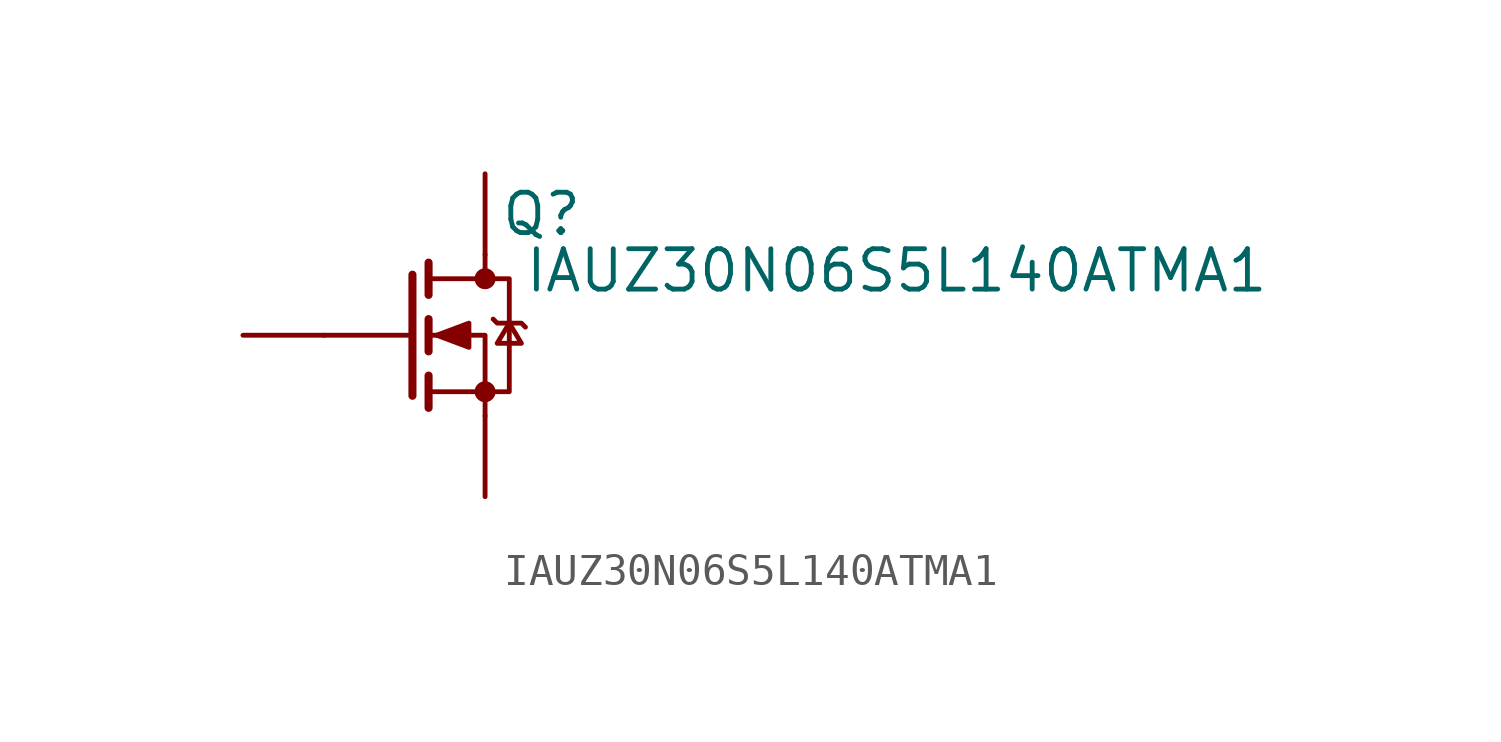
<source format=kicad_sym>
(kicad_symbol_lib
  (version 20241209)
  (generator "kicad_symbol_editor")
  (generator_version "9.0")
  (symbol "IAUZ30N06S5L140ATMA1"
    (pin_numbers
      (hide yes))
    (pin_names
      (hide yes))
    (property "Reference" "Q"
      (at 4.318 3.81 0)
      (effects (font (size 1.27 1.27))))
    (property "Value" "IAUZ30N06S5L140ATMA1"
      (at 15.494 2.032 0)
      (effects (font (size 1.27 1.27))))
    (symbol "IAUZ30N06S5L140ATMA1_0_1"
      (polyline (pts (xy 0.254 1.905) (xy 0.254 -1.905)) (stroke (width 0.254) (type default)) (fill (type none)))
      (polyline (pts (xy 0.254 0) (xy -2.54 0)) (stroke (width 0) (type default)) (fill (type none)))
      (polyline (pts (xy 0.762 2.286) (xy 0.762 1.27)) (stroke (width 0.254) (type default)) (fill (type none)))
      (polyline (pts (xy 0.762 0.508) (xy 0.762 -0.508)) (stroke (width 0.254) (type default)) (fill (type none)))
      (polyline (pts (xy 0.762 -1.27) (xy 0.762 -2.286)) (stroke (width 0.254) (type default)) (fill (type none)))
      (polyline (pts (xy 0.762 -1.778) (xy 3.302 -1.778) (xy 3.302 1.778) (xy 0.762 1.778)) (stroke (width 0) (type default)) (fill (type none)))
      (polyline (pts (xy 1.016 0) (xy 2.032 0.381) (xy 2.032 -0.381) (xy 1.016 0)) (stroke (width 0) (type default)) (fill (type outline)))
      (polyline (pts (xy 2.54 2.54) (xy 2.54 1.778)) (stroke (width 0) (type default)) (fill (type none)))
      (circle (center 2.54 1.778) (radius 0.254) (stroke (width 0) (type default)) (fill (type outline)))
      (circle (center 2.54 -1.778) (radius 0.254) (stroke (width 0) (type default)) (fill (type outline)))
      (polyline (pts (xy 2.54 -2.54) (xy 2.54 0) (xy 0.762 0)) (stroke (width 0) (type default)) (fill (type none)))
      (polyline (pts (xy 2.794 0.508) (xy 2.921 0.381) (xy 3.683 0.381) (xy 3.81 0.254)) (stroke (width 0) (type default)) (fill (type none)))
      (polyline (pts (xy 3.302 0.381) (xy 2.921 -0.254) (xy 3.683 -0.254) (xy 3.302 0.381)) (stroke (width 0) (type default)) (fill (type none))))
    (symbol "IAUZ30N06S5L140ATMA1_1_1"
      (pin input line (at -5.08 0 0) (length 2.54) (name "G" (effects (font (size 1.27 1.27)))) (number "4" (effects (font (size 1.27 1.27)))))
      (pin passive line (at 2.54 5.08 270) (length 2.54) (name "D" (effects (font (size 1.27 1.27)))) (number "5" (effects (font (size 1.27 1.27)))))
      (pin passive line (at 2.54 -5.08 90) (length 2.54) (name "S" (effects (font (size 1.27 1.27)))) (number "1,_2,_3" (effects (font (size 1.27 1.27))))))))
</source>
